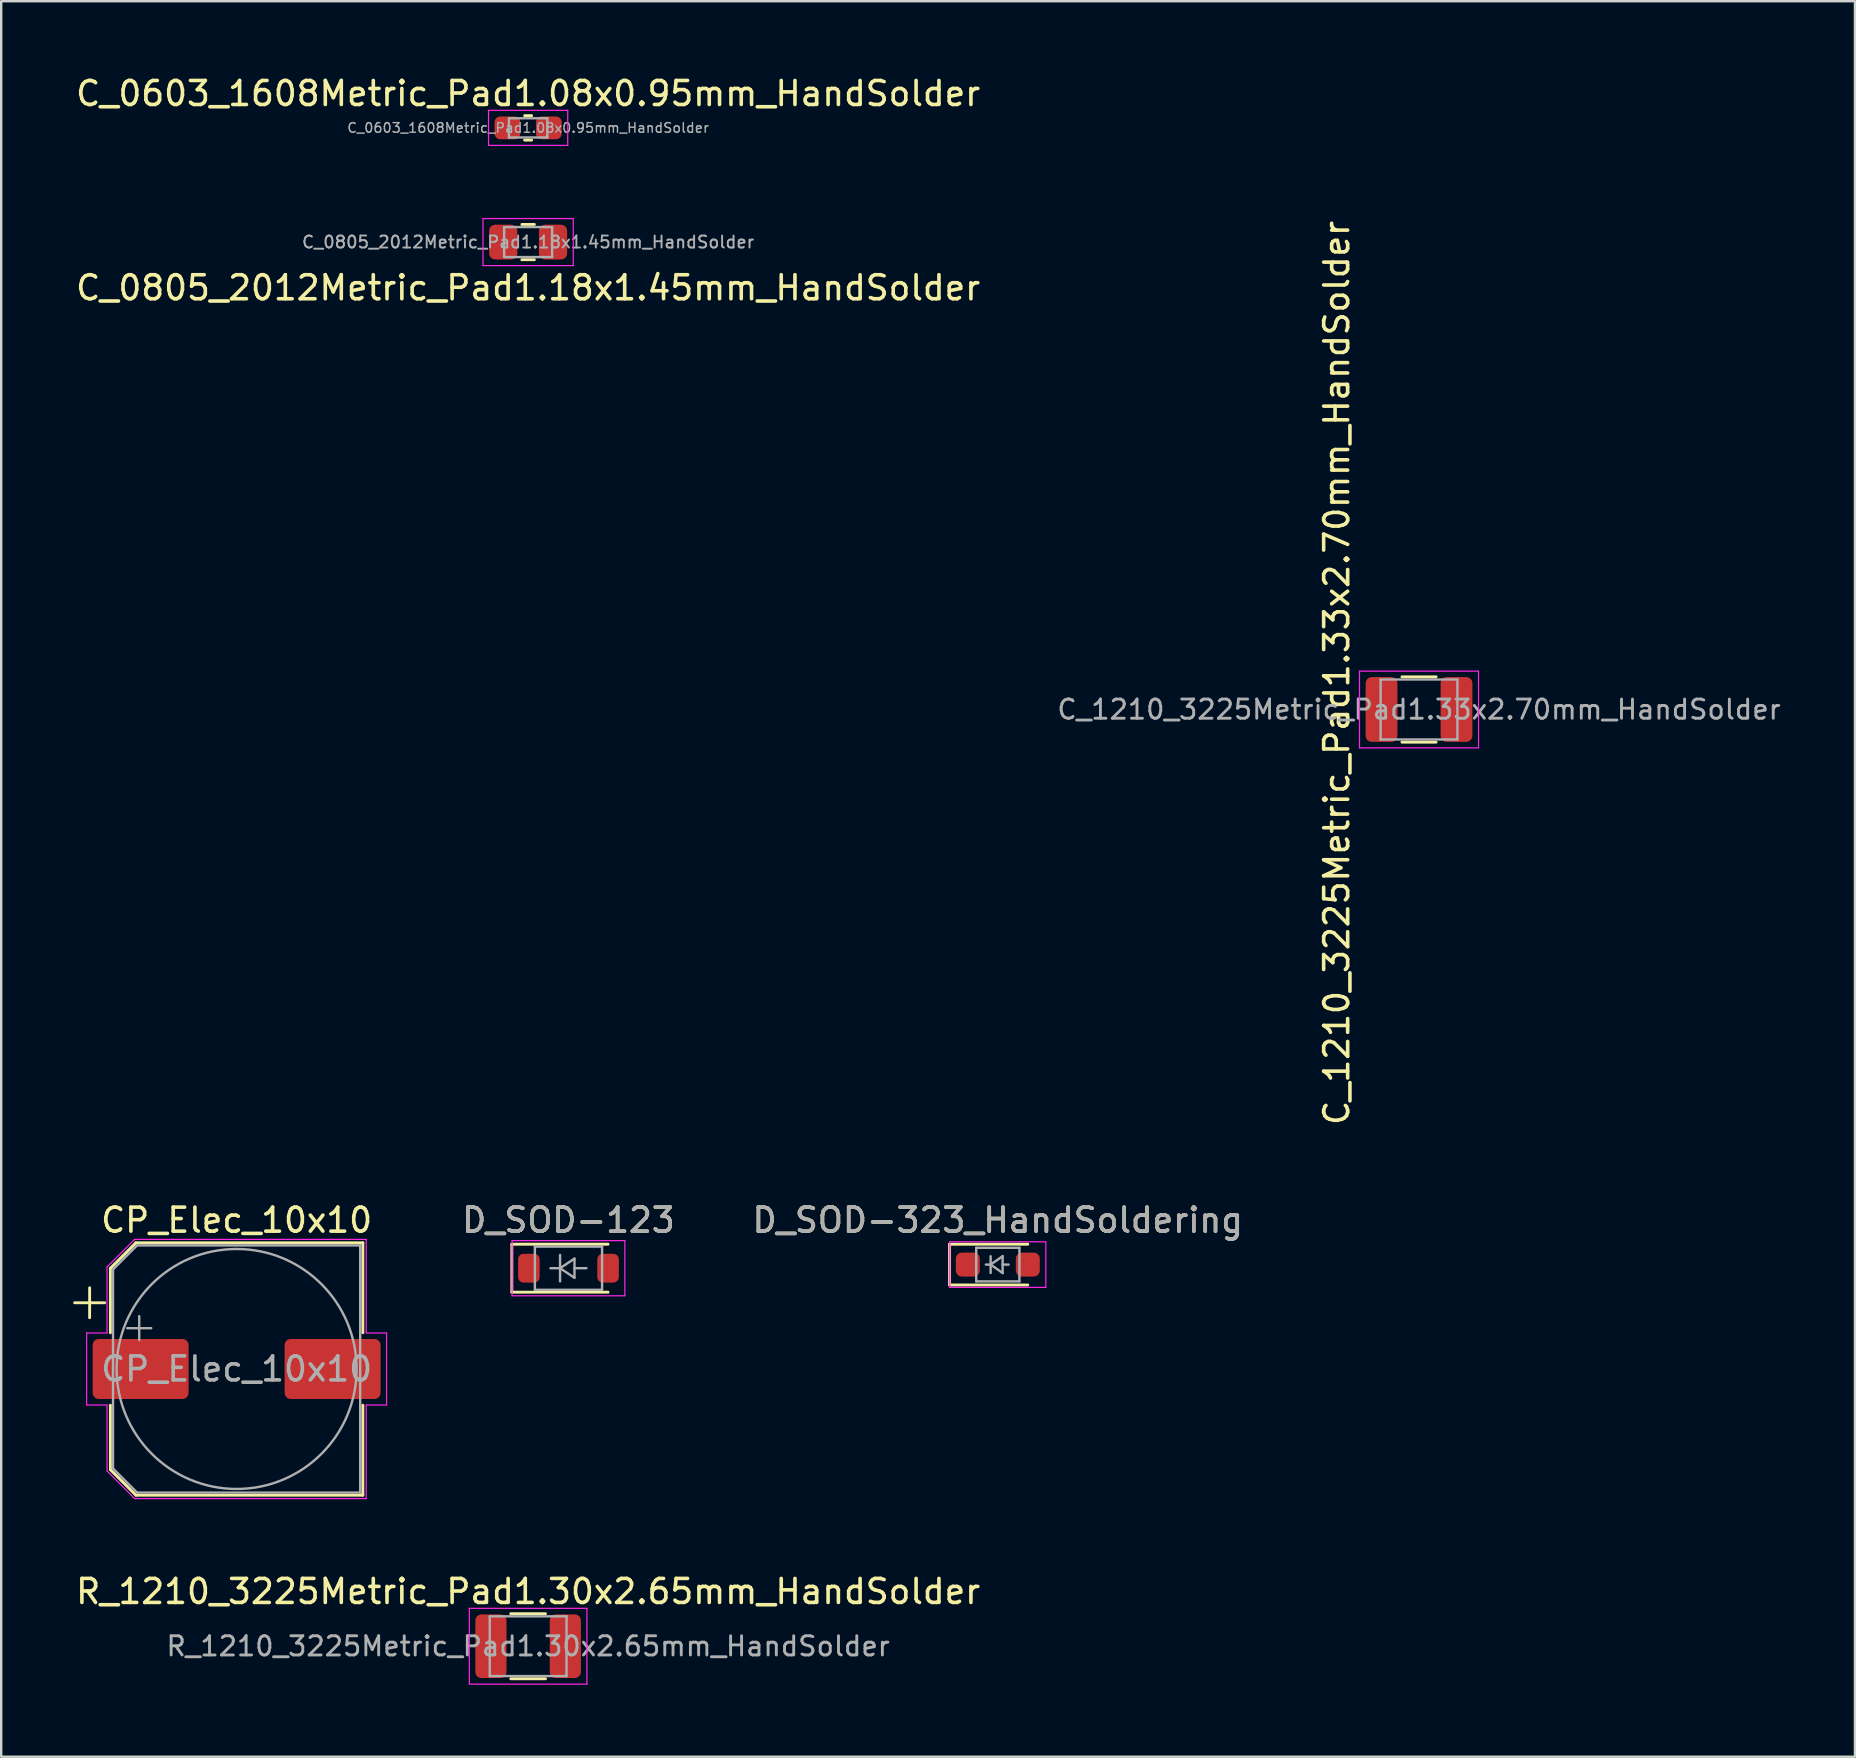
<source format=kicad_pcb>
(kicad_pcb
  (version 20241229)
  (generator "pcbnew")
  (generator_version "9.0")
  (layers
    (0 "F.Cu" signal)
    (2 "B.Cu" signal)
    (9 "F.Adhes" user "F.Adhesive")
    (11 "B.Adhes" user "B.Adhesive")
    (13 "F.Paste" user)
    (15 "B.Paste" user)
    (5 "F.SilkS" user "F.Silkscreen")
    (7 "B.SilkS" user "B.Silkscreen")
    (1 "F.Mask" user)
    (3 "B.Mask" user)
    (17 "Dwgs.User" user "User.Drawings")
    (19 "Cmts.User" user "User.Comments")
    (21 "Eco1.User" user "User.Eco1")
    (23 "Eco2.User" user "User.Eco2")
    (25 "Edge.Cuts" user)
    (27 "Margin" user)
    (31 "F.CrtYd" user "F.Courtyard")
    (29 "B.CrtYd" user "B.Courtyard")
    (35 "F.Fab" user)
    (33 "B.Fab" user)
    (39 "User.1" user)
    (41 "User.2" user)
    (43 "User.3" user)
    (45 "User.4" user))
  (footprint "C_1210_3225Metric_Pad1.33x2.70mm_HandSolder"
    (layer "F.Cu")
    (at 56.083 26.516)
    (property "Reference" "C_1210_3225Metric_Pad1.33x2.70mm_HandSolder" (at -3.429 -1.524 270) (layer "F.SilkS") (effects (font (size 1 1) (thickness 0.15))))
    (attr smd)
    (fp_line (start -0.711 -1.36) (end 0.711 -1.36) (stroke (width 0.12) (type solid)) (layer "F.SilkS"))
    (fp_line (start -0.711 1.36) (end 0.711 1.36) (stroke (width 0.12) (type solid)) (layer "F.SilkS"))
    (fp_line (start -2.48 -1.6) (end 2.48 -1.6) (stroke (width 0.05) (type solid)) (layer "F.CrtYd"))
    (fp_line (start -2.48 1.6) (end -2.48 -1.6) (stroke (width 0.05) (type solid)) (layer "F.CrtYd"))
    (fp_line (start 2.48 -1.6) (end 2.48 1.6) (stroke (width 0.05) (type solid)) (layer "F.CrtYd"))
    (fp_line (start 2.48 1.6) (end -2.48 1.6) (stroke (width 0.05) (type solid)) (layer "F.CrtYd"))
    (fp_line (start -1.6 -1.25) (end 1.6 -1.25) (stroke (width 0.1) (type solid)) (layer "F.Fab"))
    (fp_line (start -1.6 1.25) (end -1.6 -1.25) (stroke (width 0.1) (type solid)) (layer "F.Fab"))
    (fp_line (start 1.6 -1.25) (end 1.6 1.25) (stroke (width 0.1) (type solid)) (layer "F.Fab"))
    (fp_line (start 1.6 1.25) (end -1.6 1.25) (stroke (width 0.1) (type solid)) (layer "F.Fab"))
    (fp_text user "${REFERENCE}" (at 0 0 0) (layer "F.Fab") (effects (font (size 0.8 0.8) (thickness 0.12))))
    (pad "1" smd roundrect (at -1.562 0) (size 1.325 2.7) (layers "F.Cu" "F.Mask" "F.Paste") (roundrect_rratio 0.189))
    (pad "2" smd roundrect (at 1.562 0) (size 1.325 2.7) (layers "F.Cu" "F.Mask" "F.Paste") (roundrect_rratio 0.189)))
  (footprint "CP_Elec_10x10"
    (layer "F.Cu")
    (at 6.81 53.998)
    (property "Reference" "CP_Elec_10x10" (at 0 -6.2 0) (layer "F.SilkS") (effects (font (size 1 1) (thickness 0.15))))
    (attr smd)
    (fp_line (start -6.75 -2.76) (end -5.5 -2.76) (stroke (width 0.12) (type solid)) (layer "F.SilkS"))
    (fp_line (start -6.125 -3.385) (end -6.125 -2.135) (stroke (width 0.12) (type solid)) (layer "F.SilkS"))
    (fp_line (start -5.26 -4.196) (end -5.26 -1.51) (stroke (width 0.12) (type solid)) (layer "F.SilkS"))
    (fp_line (start -5.26 -4.196) (end -4.196 -5.26) (stroke (width 0.12) (type solid)) (layer "F.SilkS"))
    (fp_line (start -5.26 4.196) (end -5.26 1.51) (stroke (width 0.12) (type solid)) (layer "F.SilkS"))
    (fp_line (start -5.26 4.196) (end -4.196 5.26) (stroke (width 0.12) (type solid)) (layer "F.SilkS"))
    (fp_line (start -4.196 -5.26) (end 5.26 -5.26) (stroke (width 0.12) (type solid)) (layer "F.SilkS"))
    (fp_line (start -4.196 5.26) (end 5.26 5.26) (stroke (width 0.12) (type solid)) (layer "F.SilkS"))
    (fp_line (start 5.26 -5.26) (end 5.26 -1.51) (stroke (width 0.12) (type solid)) (layer "F.SilkS"))
    (fp_line (start 5.26 5.26) (end 5.26 1.51) (stroke (width 0.12) (type solid)) (layer "F.SilkS"))
    (fp_line (start -6.25 -1.5) (end -6.25 1.5) (stroke (width 0.05) (type solid)) (layer "F.CrtYd"))
    (fp_line (start -6.25 1.5) (end -5.4 1.5) (stroke (width 0.05) (type solid)) (layer "F.CrtYd"))
    (fp_line (start -5.4 -4.25) (end -5.4 -1.5) (stroke (width 0.05) (type solid)) (layer "F.CrtYd"))
    (fp_line (start -5.4 -4.25) (end -4.25 -5.4) (stroke (width 0.05) (type solid)) (layer "F.CrtYd"))
    (fp_line (start -5.4 -1.5) (end -6.25 -1.5) (stroke (width 0.05) (type solid)) (layer "F.CrtYd"))
    (fp_line (start -5.4 1.5) (end -5.4 4.25) (stroke (width 0.05) (type solid)) (layer "F.CrtYd"))
    (fp_line (start -5.4 4.25) (end -4.25 5.4) (stroke (width 0.05) (type solid)) (layer "F.CrtYd"))
    (fp_line (start -4.25 -5.4) (end 5.4 -5.4) (stroke (width 0.05) (type solid)) (layer "F.CrtYd"))
    (fp_line (start -4.25 5.4) (end 5.4 5.4) (stroke (width 0.05) (type solid)) (layer "F.CrtYd"))
    (fp_line (start 5.4 -5.4) (end 5.4 -1.5) (stroke (width 0.05) (type solid)) (layer "F.CrtYd"))
    (fp_line (start 5.4 -1.5) (end 6.25 -1.5) (stroke (width 0.05) (type solid)) (layer "F.CrtYd"))
    (fp_line (start 5.4 1.5) (end 5.4 5.4) (stroke (width 0.05) (type solid)) (layer "F.CrtYd"))
    (fp_line (start 6.25 -1.5) (end 6.25 1.5) (stroke (width 0.05) (type solid)) (layer "F.CrtYd"))
    (fp_line (start 6.25 1.5) (end 5.4 1.5) (stroke (width 0.05) (type solid)) (layer "F.CrtYd"))
    (fp_line (start -5.15 -4.15) (end -5.15 4.15) (stroke (width 0.1) (type solid)) (layer "F.Fab"))
    (fp_line (start -5.15 -4.15) (end -4.15 -5.15) (stroke (width 0.1) (type solid)) (layer "F.Fab"))
    (fp_line (start -5.15 4.15) (end -4.15 5.15) (stroke (width 0.1) (type solid)) (layer "F.Fab"))
    (fp_line (start -4.558 -1.7) (end -3.558 -1.7) (stroke (width 0.1) (type solid)) (layer "F.Fab"))
    (fp_line (start -4.15 -5.15) (end 5.15 -5.15) (stroke (width 0.1) (type solid)) (layer "F.Fab"))
    (fp_line (start -4.15 5.15) (end 5.15 5.15) (stroke (width 0.1) (type solid)) (layer "F.Fab"))
    (fp_line (start -4.058 -2.2) (end -4.058 -1.2) (stroke (width 0.1) (type solid)) (layer "F.Fab"))
    (fp_line (start 5.15 -5.15) (end 5.15 5.15) (stroke (width 0.1) (type solid)) (layer "F.Fab"))
    (fp_circle (center 0 0) (end 5 0) (stroke (width 0.1) (type solid)) (fill no) (layer "F.Fab"))
    (fp_text user "${REFERENCE}" (at 0 0 0) (layer "F.Fab") (effects (font (size 1 1) (thickness 0.15))))
    (pad "1" smd roundrect (at -4 0) (size 4 2.5) (layers "F.Cu" "F.Mask" "F.Paste") (roundrect_rratio 0.1))
    (pad "2" smd roundrect (at 4 0) (size 4 2.5) (layers "F.Cu" "F.Mask" "F.Paste") (roundrect_rratio 0.1)))
  (footprint "D_SOD-123"
    (layer "F.Cu")
    (at 20.639 49.798)
    (property "Reference" "D_SOD-123" (at 0 -2 0) (layer "F.SilkS") (effects (font (size 1 1) (thickness 0.15))))
    (attr smd)
    (fp_line (start -2.36 -1) (end -2.36 1) (stroke (width 0.12) (type solid)) (layer "F.SilkS"))
    (fp_line (start -2.36 -1) (end 1.65 -1) (stroke (width 0.12) (type solid)) (layer "F.SilkS"))
    (fp_line (start -2.36 1) (end 1.65 1) (stroke (width 0.12) (type solid)) (layer "F.SilkS"))
    (fp_line (start -2.35 -1.15) (end -2.35 1.15) (stroke (width 0.05) (type solid)) (layer "F.CrtYd"))
    (fp_line (start -2.35 -1.15) (end 2.35 -1.15) (stroke (width 0.05) (type solid)) (layer "F.CrtYd"))
    (fp_line (start 2.35 -1.15) (end 2.35 1.15) (stroke (width 0.05) (type solid)) (layer "F.CrtYd"))
    (fp_line (start 2.35 1.15) (end -2.35 1.15) (stroke (width 0.05) (type solid)) (layer "F.CrtYd"))
    (fp_line (start -1.4 -0.9) (end 1.4 -0.9) (stroke (width 0.1) (type solid)) (layer "F.Fab"))
    (fp_line (start -1.4 0.9) (end -1.4 -0.9) (stroke (width 0.1) (type solid)) (layer "F.Fab"))
    (fp_line (start -0.75 0) (end -0.35 0) (stroke (width 0.1) (type solid)) (layer "F.Fab"))
    (fp_line (start -0.35 0) (end -0.35 -0.55) (stroke (width 0.1) (type solid)) (layer "F.Fab"))
    (fp_line (start -0.35 0) (end -0.35 0.55) (stroke (width 0.1) (type solid)) (layer "F.Fab"))
    (fp_line (start -0.35 0) (end 0.25 -0.4) (stroke (width 0.1) (type solid)) (layer "F.Fab"))
    (fp_line (start 0.25 -0.4) (end 0.25 0.4) (stroke (width 0.1) (type solid)) (layer "F.Fab"))
    (fp_line (start 0.25 0) (end 0.75 0) (stroke (width 0.1) (type solid)) (layer "F.Fab"))
    (fp_line (start 0.25 0.4) (end -0.35 0) (stroke (width 0.1) (type solid)) (layer "F.Fab"))
    (fp_line (start 1.4 -0.9) (end 1.4 0.9) (stroke (width 0.1) (type solid)) (layer "F.Fab"))
    (fp_line (start 1.4 0.9) (end -1.4 0.9) (stroke (width 0.1) (type solid)) (layer "F.Fab"))
    (fp_text user "${REFERENCE}" (at 0 -2 0) (layer "F.Fab") (effects (font (size 1 1) (thickness 0.15))))
    (pad "1" smd roundrect (at -1.65 0) (size 0.9 1.2) (layers "F.Cu" "F.Mask" "F.Paste") (roundrect_rratio 0.25))
    (pad "2" smd roundrect (at 1.65 0) (size 0.9 1.2) (layers "F.Cu" "F.Mask" "F.Paste") (roundrect_rratio 0.25)))
  (footprint "C_0603_1608Metric_Pad1.08x0.95mm_HandSolder"
    (layer "F.Cu")
    (at 18.958 2.278)
    (property "Reference" "C_0603_1608Metric_Pad1.08x0.95mm_HandSolder" (at 0 -1.43 0) (layer "F.SilkS") (effects (font (size 1 1) (thickness 0.15))))
    (attr smd)
    (fp_line (start -0.146 -0.51) (end 0.146 -0.51) (stroke (width 0.12) (type solid)) (layer "F.SilkS"))
    (fp_line (start -0.146 0.51) (end 0.146 0.51) (stroke (width 0.12) (type solid)) (layer "F.SilkS"))
    (fp_line (start -1.65 -0.73) (end 1.65 -0.73) (stroke (width 0.05) (type solid)) (layer "F.CrtYd"))
    (fp_line (start -1.65 0.73) (end -1.65 -0.73) (stroke (width 0.05) (type solid)) (layer "F.CrtYd"))
    (fp_line (start 1.65 -0.73) (end 1.65 0.73) (stroke (width 0.05) (type solid)) (layer "F.CrtYd"))
    (fp_line (start 1.65 0.73) (end -1.65 0.73) (stroke (width 0.05) (type solid)) (layer "F.CrtYd"))
    (fp_line (start -0.8 -0.4) (end 0.8 -0.4) (stroke (width 0.1) (type solid)) (layer "F.Fab"))
    (fp_line (start -0.8 0.4) (end -0.8 -0.4) (stroke (width 0.1) (type solid)) (layer "F.Fab"))
    (fp_line (start 0.8 -0.4) (end 0.8 0.4) (stroke (width 0.1) (type solid)) (layer "F.Fab"))
    (fp_line (start 0.8 0.4) (end -0.8 0.4) (stroke (width 0.1) (type solid)) (layer "F.Fab"))
    (fp_text user "${REFERENCE}" (at 0 0 0) (layer "F.Fab") (effects (font (size 0.4 0.4) (thickness 0.06))))
    (pad "1" smd roundrect (at -0.863 0) (size 1.075 0.95) (layers "F.Cu" "F.Mask" "F.Paste") (roundrect_rratio 0.25))
    (pad "2" smd roundrect (at 0.863 0) (size 1.075 0.95) (layers "F.Cu" "F.Mask" "F.Paste") (roundrect_rratio 0.25)))
  (footprint "C_0805_2012Metric_Pad1.18x1.45mm_HandSolder"
    (layer "F.Cu")
    (at 18.958 7.038)
    (property "Reference" "C_0805_2012Metric_Pad1.18x1.45mm_HandSolder" (at 0 1.905 0) (layer "F.SilkS") (effects (font (size 1 1) (thickness 0.15))))
    (attr smd)
    (fp_line (start -0.261 -0.735) (end 0.261 -0.735) (stroke (width 0.12) (type solid)) (layer "F.SilkS"))
    (fp_line (start -0.261 0.735) (end 0.261 0.735) (stroke (width 0.12) (type solid)) (layer "F.SilkS"))
    (fp_line (start -1.88 -0.98) (end 1.88 -0.98) (stroke (width 0.05) (type solid)) (layer "F.CrtYd"))
    (fp_line (start -1.88 0.98) (end -1.88 -0.98) (stroke (width 0.05) (type solid)) (layer "F.CrtYd"))
    (fp_line (start 1.88 -0.98) (end 1.88 0.98) (stroke (width 0.05) (type solid)) (layer "F.CrtYd"))
    (fp_line (start 1.88 0.98) (end -1.88 0.98) (stroke (width 0.05) (type solid)) (layer "F.CrtYd"))
    (fp_line (start -1 -0.625) (end 1 -0.625) (stroke (width 0.1) (type solid)) (layer "F.Fab"))
    (fp_line (start -1 0.625) (end -1 -0.625) (stroke (width 0.1) (type solid)) (layer "F.Fab"))
    (fp_line (start 1 -0.625) (end 1 0.625) (stroke (width 0.1) (type solid)) (layer "F.Fab"))
    (fp_line (start 1 0.625) (end -1 0.625) (stroke (width 0.1) (type solid)) (layer "F.Fab"))
    (fp_text user "${REFERENCE}" (at 0 0 0) (layer "F.Fab") (effects (font (size 0.5 0.5) (thickness 0.08))))
    (pad "1" smd roundrect (at -1.038 0) (size 1.175 1.45) (layers "F.Cu" "F.Mask" "F.Paste") (roundrect_rratio 0.213))
    (pad "2" smd roundrect (at 1.038 0) (size 1.175 1.45) (layers "F.Cu" "F.Mask" "F.Paste") (roundrect_rratio 0.213)))
  (footprint "D_SOD-323_HandSoldering"
    (layer "F.Cu")
    (at 38.531 49.648)
    (property "Reference" "D_SOD-323_HandSoldering" (at 0 -1.85 0) (layer "F.SilkS") (effects (font (size 1 1) (thickness 0.15))))
    (attr smd)
    (fp_line (start -2.01 -0.85) (end -2.01 0.85) (stroke (width 0.12) (type solid)) (layer "F.SilkS"))
    (fp_line (start -2.01 -0.85) (end 1.25 -0.85) (stroke (width 0.12) (type solid)) (layer "F.SilkS"))
    (fp_line (start -2.01 0.85) (end 1.25 0.85) (stroke (width 0.12) (type solid)) (layer "F.SilkS"))
    (fp_line (start -2 -0.95) (end -2 0.95) (stroke (width 0.05) (type solid)) (layer "F.CrtYd"))
    (fp_line (start -2 -0.95) (end 2 -0.95) (stroke (width 0.05) (type solid)) (layer "F.CrtYd"))
    (fp_line (start -2 0.95) (end 2 0.95) (stroke (width 0.05) (type solid)) (layer "F.CrtYd"))
    (fp_line (start 2 -0.95) (end 2 0.95) (stroke (width 0.05) (type solid)) (layer "F.CrtYd"))
    (fp_line (start -0.9 -0.7) (end 0.9 -0.7) (stroke (width 0.1) (type solid)) (layer "F.Fab"))
    (fp_line (start -0.9 0.7) (end -0.9 -0.7) (stroke (width 0.1) (type solid)) (layer "F.Fab"))
    (fp_line (start -0.3 -0.35) (end -0.3 0.35) (stroke (width 0.1) (type solid)) (layer "F.Fab"))
    (fp_line (start -0.3 0) (end -0.5 0) (stroke (width 0.1) (type solid)) (layer "F.Fab"))
    (fp_line (start -0.3 0) (end 0.2 -0.35) (stroke (width 0.1) (type solid)) (layer "F.Fab"))
    (fp_line (start 0.2 -0.35) (end 0.2 0.35) (stroke (width 0.1) (type solid)) (layer "F.Fab"))
    (fp_line (start 0.2 0) (end 0.45 0) (stroke (width 0.1) (type solid)) (layer "F.Fab"))
    (fp_line (start 0.2 0.35) (end -0.3 0) (stroke (width 0.1) (type solid)) (layer "F.Fab"))
    (fp_line (start 0.9 -0.7) (end 0.9 0.7) (stroke (width 0.1) (type solid)) (layer "F.Fab"))
    (fp_line (start 0.9 0.7) (end -0.9 0.7) (stroke (width 0.1) (type solid)) (layer "F.Fab"))
    (fp_text user "${REFERENCE}" (at 0 -1.85 0) (layer "F.Fab") (effects (font (size 1 1) (thickness 0.15))))
    (pad "1" smd roundrect (at -1.25 0) (size 1 1) (layers "F.Cu" "F.Mask" "F.Paste") (roundrect_rratio 0.25))
    (pad "2" smd roundrect (at 1.25 0) (size 1 1) (layers "F.Cu" "F.Mask" "F.Paste") (roundrect_rratio 0.25)))
  (footprint "R_1210_3225Metric_Pad1.30x2.65mm_HandSolder"
    (layer "F.Cu")
    (at 18.958 65.551)
    (property "Reference" "R_1210_3225Metric_Pad1.30x2.65mm_HandSolder" (at 0 -2.28 0) (layer "F.SilkS") (effects (font (size 1 1) (thickness 0.15))))
    (attr smd)
    (fp_line (start -0.724 -1.355) (end 0.724 -1.355) (stroke (width 0.12) (type solid)) (layer "F.SilkS"))
    (fp_line (start -0.724 1.355) (end 0.724 1.355) (stroke (width 0.12) (type solid)) (layer "F.SilkS"))
    (fp_line (start -2.45 -1.58) (end 2.45 -1.58) (stroke (width 0.05) (type solid)) (layer "F.CrtYd"))
    (fp_line (start -2.45 1.58) (end -2.45 -1.58) (stroke (width 0.05) (type solid)) (layer "F.CrtYd"))
    (fp_line (start 2.45 -1.58) (end 2.45 1.58) (stroke (width 0.05) (type solid)) (layer "F.CrtYd"))
    (fp_line (start 2.45 1.58) (end -2.45 1.58) (stroke (width 0.05) (type solid)) (layer "F.CrtYd"))
    (fp_line (start -1.6 -1.245) (end 1.6 -1.245) (stroke (width 0.1) (type solid)) (layer "F.Fab"))
    (fp_line (start -1.6 1.245) (end -1.6 -1.245) (stroke (width 0.1) (type solid)) (layer "F.Fab"))
    (fp_line (start 1.6 -1.245) (end 1.6 1.245) (stroke (width 0.1) (type solid)) (layer "F.Fab"))
    (fp_line (start 1.6 1.245) (end -1.6 1.245) (stroke (width 0.1) (type solid)) (layer "F.Fab"))
    (fp_text user "${REFERENCE}" (at 0 0 0) (layer "F.Fab") (effects (font (size 0.8 0.8) (thickness 0.12))))
    (pad "1" smd roundrect (at -1.55 0) (size 1.3 2.65) (layers "F.Cu" "F.Mask" "F.Paste") (roundrect_rratio 0.192))
    (pad "2" smd roundrect (at 1.55 0) (size 1.3 2.65) (layers "F.Cu" "F.Mask" "F.Paste") (roundrect_rratio 0.192)))
  (gr_rect
    (start -3 -3)
    (end 74.25 70.156)
    (stroke (width 0.1) (type default))
    (fill no)
    (layer "Edge.Cuts")))
</source>
